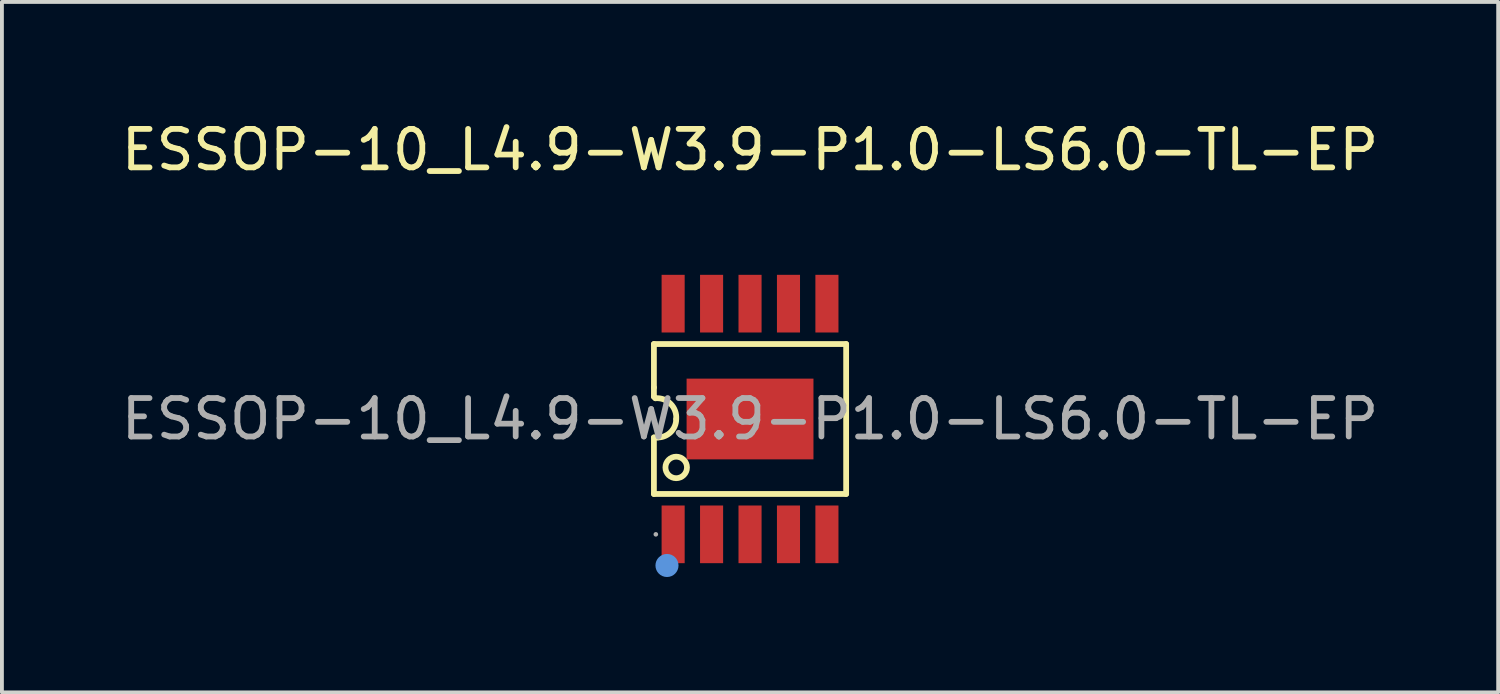
<source format=kicad_pcb>
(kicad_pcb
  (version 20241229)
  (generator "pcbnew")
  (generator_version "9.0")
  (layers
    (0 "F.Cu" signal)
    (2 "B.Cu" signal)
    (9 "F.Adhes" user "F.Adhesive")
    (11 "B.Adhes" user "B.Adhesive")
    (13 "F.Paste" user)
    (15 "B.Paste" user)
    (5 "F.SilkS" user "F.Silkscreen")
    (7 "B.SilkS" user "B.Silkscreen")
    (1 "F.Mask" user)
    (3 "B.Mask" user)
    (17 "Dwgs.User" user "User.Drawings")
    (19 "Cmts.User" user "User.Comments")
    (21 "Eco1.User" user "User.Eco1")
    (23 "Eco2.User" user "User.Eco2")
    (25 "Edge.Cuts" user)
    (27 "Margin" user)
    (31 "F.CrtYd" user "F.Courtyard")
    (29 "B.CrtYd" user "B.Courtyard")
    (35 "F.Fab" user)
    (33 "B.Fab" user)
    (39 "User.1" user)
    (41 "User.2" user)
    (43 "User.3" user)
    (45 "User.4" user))
  (footprint "ESSOP-10_L4.9-W3.9-P1.0-LS6.0-TL-EP"
    (layer "F.Cu")
    (at 16.458 7.848)
    (property "Reference" "ESSOP-10_L4.9-W3.9-P1.0-LS6.0-TL-EP" (at 0 -7 0) (layer "F.SilkS") (effects (font (size 1 1) (thickness 0.15))))
    (attr smd)
    (fp_line (start -2.5 -1.95) (end 2.5 -1.95) (stroke (width 0.15) (type solid)) (layer "F.SilkS"))
    (fp_line (start -2.5 -0.82) (end -2.5 -1.95) (stroke (width 0.15) (type solid)) (layer "F.SilkS"))
    (fp_line (start -2.5 -0.58) (end -2.5 -0.82) (stroke (width 0.15) (type solid)) (layer "F.SilkS"))
    (fp_line (start -2.5 0.48) (end -2.4 0.48) (stroke (width 0.15) (type solid)) (layer "F.SilkS"))
    (fp_line (start -2.5 1.95) (end -2.5 0.48) (stroke (width 0.15) (type solid)) (layer "F.SilkS"))
    (fp_line (start -2.5 1.95) (end 2.5 1.95) (stroke (width 0.15) (type solid)) (layer "F.SilkS"))
    (fp_line (start -2.46 -0.54) (end -2.5 -0.58) (stroke (width 0.15) (type solid)) (layer "F.SilkS"))
    (fp_line (start 2.5 1.95) (end 2.5 -1.95) (stroke (width 0.15) (type solid)) (layer "F.SilkS"))
    (fp_arc (start -2.46 -0.54) (mid -2.063982 -0.393343) (end -1.920316 0.00377) (stroke (width 0.15) (type solid)) (layer "F.SilkS"))
    (fp_arc (start -1.92 0) (mid -2.060589 0.339411) (end -2.4 0.48) (stroke (width 0.15) (type solid)) (layer "F.SilkS"))
    (fp_circle (center -1.92 1.26) (end -1.64 1.26) (stroke (width 0.15) (type solid)) (fill no) (layer "F.SilkS"))
    (fp_circle (center -2.16 3.81) (end -2.01 3.81) (stroke (width 0.3) (type solid)) (fill no) (layer "Cmts.User"))
    (fp_circle (center -2.45 3) (end -2.42 3) (stroke (width 0.06) (type solid)) (fill no) (layer "F.Fab"))
    (fp_text user "${REFERENCE}" (at 0 0 0) (layer "F.Fab") (effects (font (size 1 1) (thickness 0.15))))
    (pad "1" smd rect (at -2 3 90) (size 1.5 0.6) (layers "F.Cu" "F.Mask" "F.Paste"))
    (pad "2" smd rect (at -1 3 90) (size 1.5 0.6) (layers "F.Cu" "F.Mask" "F.Paste"))
    (pad "3" smd rect (at 0 3 90) (size 1.5 0.6) (layers "F.Cu" "F.Mask" "F.Paste"))
    (pad "4" smd rect (at 1 3 90) (size 1.5 0.6) (layers "F.Cu" "F.Mask" "F.Paste"))
    (pad "5" smd rect (at 2 3 90) (size 1.5 0.6) (layers "F.Cu" "F.Mask" "F.Paste"))
    (pad "6" smd rect (at 2 -3 90) (size 1.5 0.6) (layers "F.Cu" "F.Mask" "F.Paste"))
    (pad "7" smd rect (at 1 -3 90) (size 1.5 0.6) (layers "F.Cu" "F.Mask" "F.Paste"))
    (pad "8" smd rect (at 0 -3 90) (size 1.5 0.6) (layers "F.Cu" "F.Mask" "F.Paste"))
    (pad "9" smd rect (at -1 -3 90) (size 1.5 0.6) (layers "F.Cu" "F.Mask" "F.Paste"))
    (pad "10" smd rect (at -2 -3 90) (size 1.5 0.6) (layers "F.Cu" "F.Mask" "F.Paste"))
    (pad "11" smd rect (at 0 0 180) (size 3.3 2.1) (layers "F.Cu" "F.Mask" "F.Paste")))
  (gr_rect
    (start -3 -3)
    (end 35.917 14.958)
    (stroke (width 0.1) (type default))
    (fill no)
    (layer "Edge.Cuts")))
</source>
